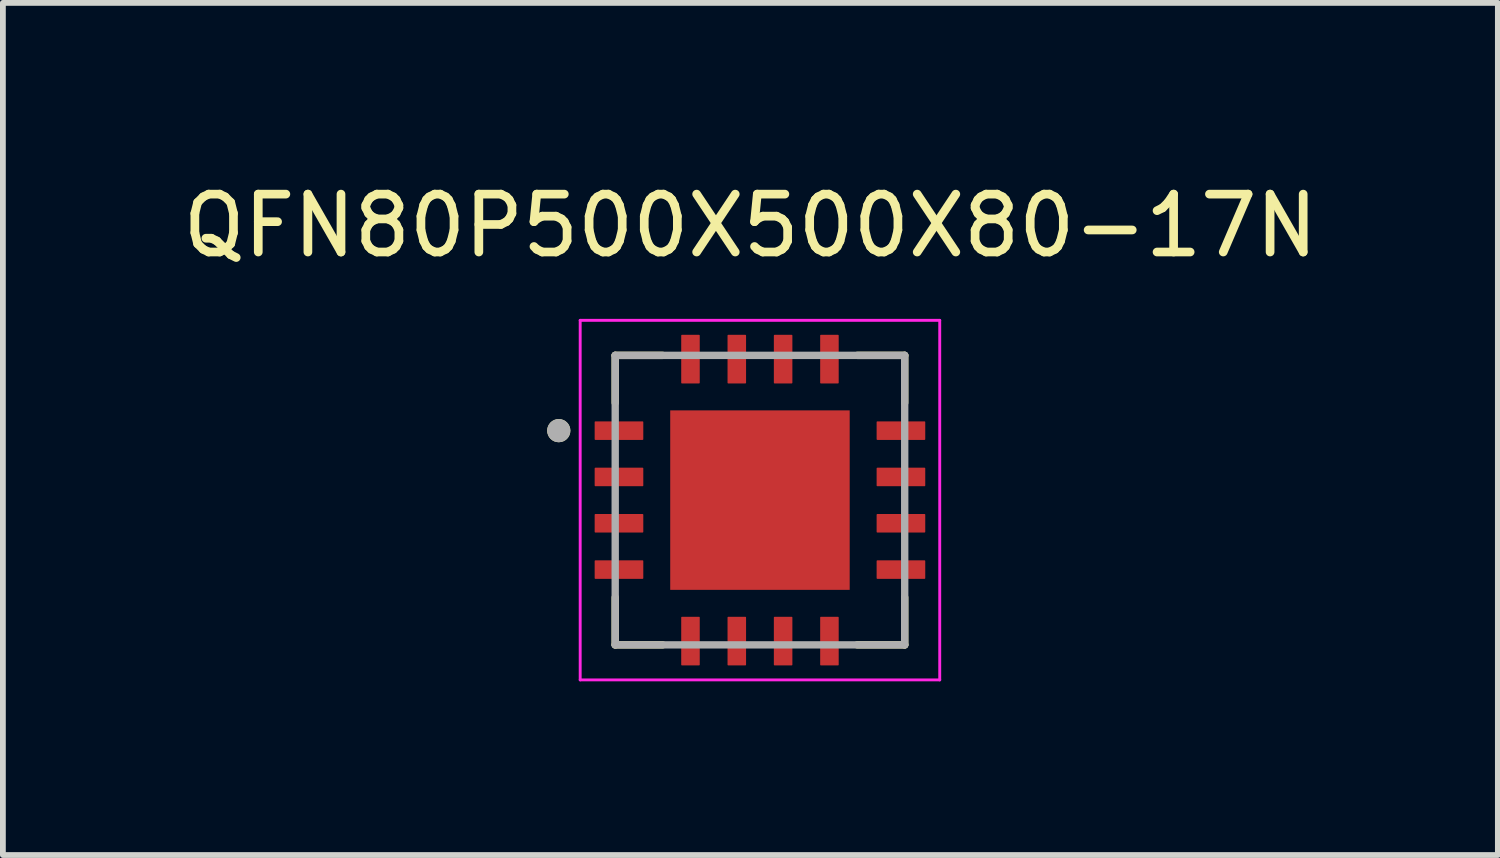
<source format=kicad_pcb>
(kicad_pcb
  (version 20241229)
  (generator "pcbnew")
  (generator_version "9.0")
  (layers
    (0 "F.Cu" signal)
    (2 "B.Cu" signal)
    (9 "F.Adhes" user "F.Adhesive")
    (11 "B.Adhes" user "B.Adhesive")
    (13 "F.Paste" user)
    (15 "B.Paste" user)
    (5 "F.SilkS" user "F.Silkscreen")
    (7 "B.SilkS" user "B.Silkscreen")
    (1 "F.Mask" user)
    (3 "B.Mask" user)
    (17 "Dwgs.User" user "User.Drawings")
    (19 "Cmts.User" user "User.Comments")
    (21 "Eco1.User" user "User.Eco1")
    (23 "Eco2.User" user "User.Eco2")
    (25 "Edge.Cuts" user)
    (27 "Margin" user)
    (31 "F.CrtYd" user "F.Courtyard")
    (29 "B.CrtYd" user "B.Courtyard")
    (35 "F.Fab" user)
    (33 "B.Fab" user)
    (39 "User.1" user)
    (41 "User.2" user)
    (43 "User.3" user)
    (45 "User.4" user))
  (footprint "QFN80P500X500X80-17N"
    (layer "F.Cu")
    (at 10.076 5.588)
    (property "Reference" "QFN80P500X500X80-17N" (at -0.165 -4.74 0) (layer "F.SilkS") (effects (font (size 1 1) (thickness 0.15))))
    (attr through_hole)
    (fp_line (start -2.5 -2.5) (end -2.5 -1.68) (stroke (width 0.127) (type solid)) (layer "F.SilkS"))
    (fp_line (start -2.5 -2.5) (end -1.68 -2.5) (stroke (width 0.127) (type solid)) (layer "F.SilkS"))
    (fp_line (start -2.5 2.5) (end -2.5 1.68) (stroke (width 0.127) (type solid)) (layer "F.SilkS"))
    (fp_line (start -2.5 2.5) (end -1.68 2.5) (stroke (width 0.127) (type solid)) (layer "F.SilkS"))
    (fp_line (start 2.5 -2.5) (end 1.68 -2.5) (stroke (width 0.127) (type solid)) (layer "F.SilkS"))
    (fp_line (start 2.5 -2.5) (end 2.5 -1.68) (stroke (width 0.127) (type solid)) (layer "F.SilkS"))
    (fp_line (start 2.5 2.5) (end 1.68 2.5) (stroke (width 0.127) (type solid)) (layer "F.SilkS"))
    (fp_line (start 2.5 2.5) (end 2.5 1.68) (stroke (width 0.127) (type solid)) (layer "F.SilkS"))
    (fp_circle (center -3.475 -1.2) (end -3.375 -1.2) (stroke (width 0.2) (type solid)) (fill no) (layer "F.SilkS"))
    (fp_poly (pts (xy -0.98 -0.98) (xy 0.98 -0.98) (xy 0.98 0.98) (xy -0.98 0.98)) (stroke (width 0.01) (type solid)) (fill yes) (layer "F.Paste"))
    (fp_line (start -3.105 -3.105) (end 3.105 -3.105) (stroke (width 0.05) (type solid)) (layer "F.CrtYd"))
    (fp_line (start -3.105 3.105) (end -3.105 -3.105) (stroke (width 0.05) (type solid)) (layer "F.CrtYd"))
    (fp_line (start -3.105 3.105) (end 3.105 3.105) (stroke (width 0.05) (type solid)) (layer "F.CrtYd"))
    (fp_line (start 3.105 3.105) (end 3.105 -3.105) (stroke (width 0.05) (type solid)) (layer "F.CrtYd"))
    (fp_line (start -2.5 2.5) (end -2.5 -2.5) (stroke (width 0.127) (type solid)) (layer "F.Fab"))
    (fp_line (start 2.5 -2.5) (end -2.5 -2.5) (stroke (width 0.127) (type solid)) (layer "F.Fab"))
    (fp_line (start 2.5 2.5) (end -2.5 2.5) (stroke (width 0.127) (type solid)) (layer "F.Fab"))
    (fp_line (start 2.5 2.5) (end 2.5 -2.5) (stroke (width 0.127) (type solid)) (layer "F.Fab"))
    (fp_circle (center -3.475 -1.2) (end -3.375 -1.2) (stroke (width 0.2) (type solid)) (fill no) (layer "F.Fab"))
    (pad "1" smd roundrect (at -2.435 -1.2) (size 0.84 0.32) (layers "F.Cu" "F.Mask" "F.Paste") (roundrect_rratio 0.04))
    (pad "2" smd roundrect (at -2.435 -0.4) (size 0.84 0.32) (layers "F.Cu" "F.Mask" "F.Paste") (roundrect_rratio 0.04))
    (pad "3" smd roundrect (at -2.435 0.4) (size 0.84 0.32) (layers "F.Cu" "F.Mask" "F.Paste") (roundrect_rratio 0.04))
    (pad "4" smd roundrect (at -2.435 1.2) (size 0.84 0.32) (layers "F.Cu" "F.Mask" "F.Paste") (roundrect_rratio 0.04))
    (pad "5" smd roundrect (at -1.2 2.435) (size 0.32 0.84) (layers "F.Cu" "F.Mask" "F.Paste") (roundrect_rratio 0.04))
    (pad "6" smd roundrect (at -0.4 2.435) (size 0.32 0.84) (layers "F.Cu" "F.Mask" "F.Paste") (roundrect_rratio 0.04))
    (pad "7" smd roundrect (at 0.4 2.435) (size 0.32 0.84) (layers "F.Cu" "F.Mask" "F.Paste") (roundrect_rratio 0.04))
    (pad "8" smd roundrect (at 1.2 2.435) (size 0.32 0.84) (layers "F.Cu" "F.Mask" "F.Paste") (roundrect_rratio 0.04))
    (pad "9" smd roundrect (at 2.435 1.2) (size 0.84 0.32) (layers "F.Cu" "F.Mask" "F.Paste") (roundrect_rratio 0.04))
    (pad "10" smd roundrect (at 2.435 0.4) (size 0.84 0.32) (layers "F.Cu" "F.Mask" "F.Paste") (roundrect_rratio 0.04))
    (pad "11" smd roundrect (at 2.435 -0.4) (size 0.84 0.32) (layers "F.Cu" "F.Mask" "F.Paste") (roundrect_rratio 0.04))
    (pad "12" smd roundrect (at 2.435 -1.2) (size 0.84 0.32) (layers "F.Cu" "F.Mask" "F.Paste") (roundrect_rratio 0.04))
    (pad "13" smd roundrect (at 1.2 -2.435) (size 0.32 0.84) (layers "F.Cu" "F.Mask" "F.Paste") (roundrect_rratio 0.04))
    (pad "14" smd roundrect (at 0.4 -2.435) (size 0.32 0.84) (layers "F.Cu" "F.Mask" "F.Paste") (roundrect_rratio 0.04))
    (pad "15" smd roundrect (at -0.4 -2.435) (size 0.32 0.84) (layers "F.Cu" "F.Mask" "F.Paste") (roundrect_rratio 0.04))
    (pad "16" smd roundrect (at -1.2 -2.435) (size 0.32 0.84) (layers "F.Cu" "F.Mask" "F.Paste") (roundrect_rratio 0.04))
    (pad "17" smd rect (at 0 0) (size 3.1 3.1) (layers "F.Cu" "F.Mask")))
  (gr_rect
    (start -3 -3)
    (end 22.821 11.718)
    (stroke (width 0.1) (type default))
    (fill no)
    (layer "Edge.Cuts")))
</source>
